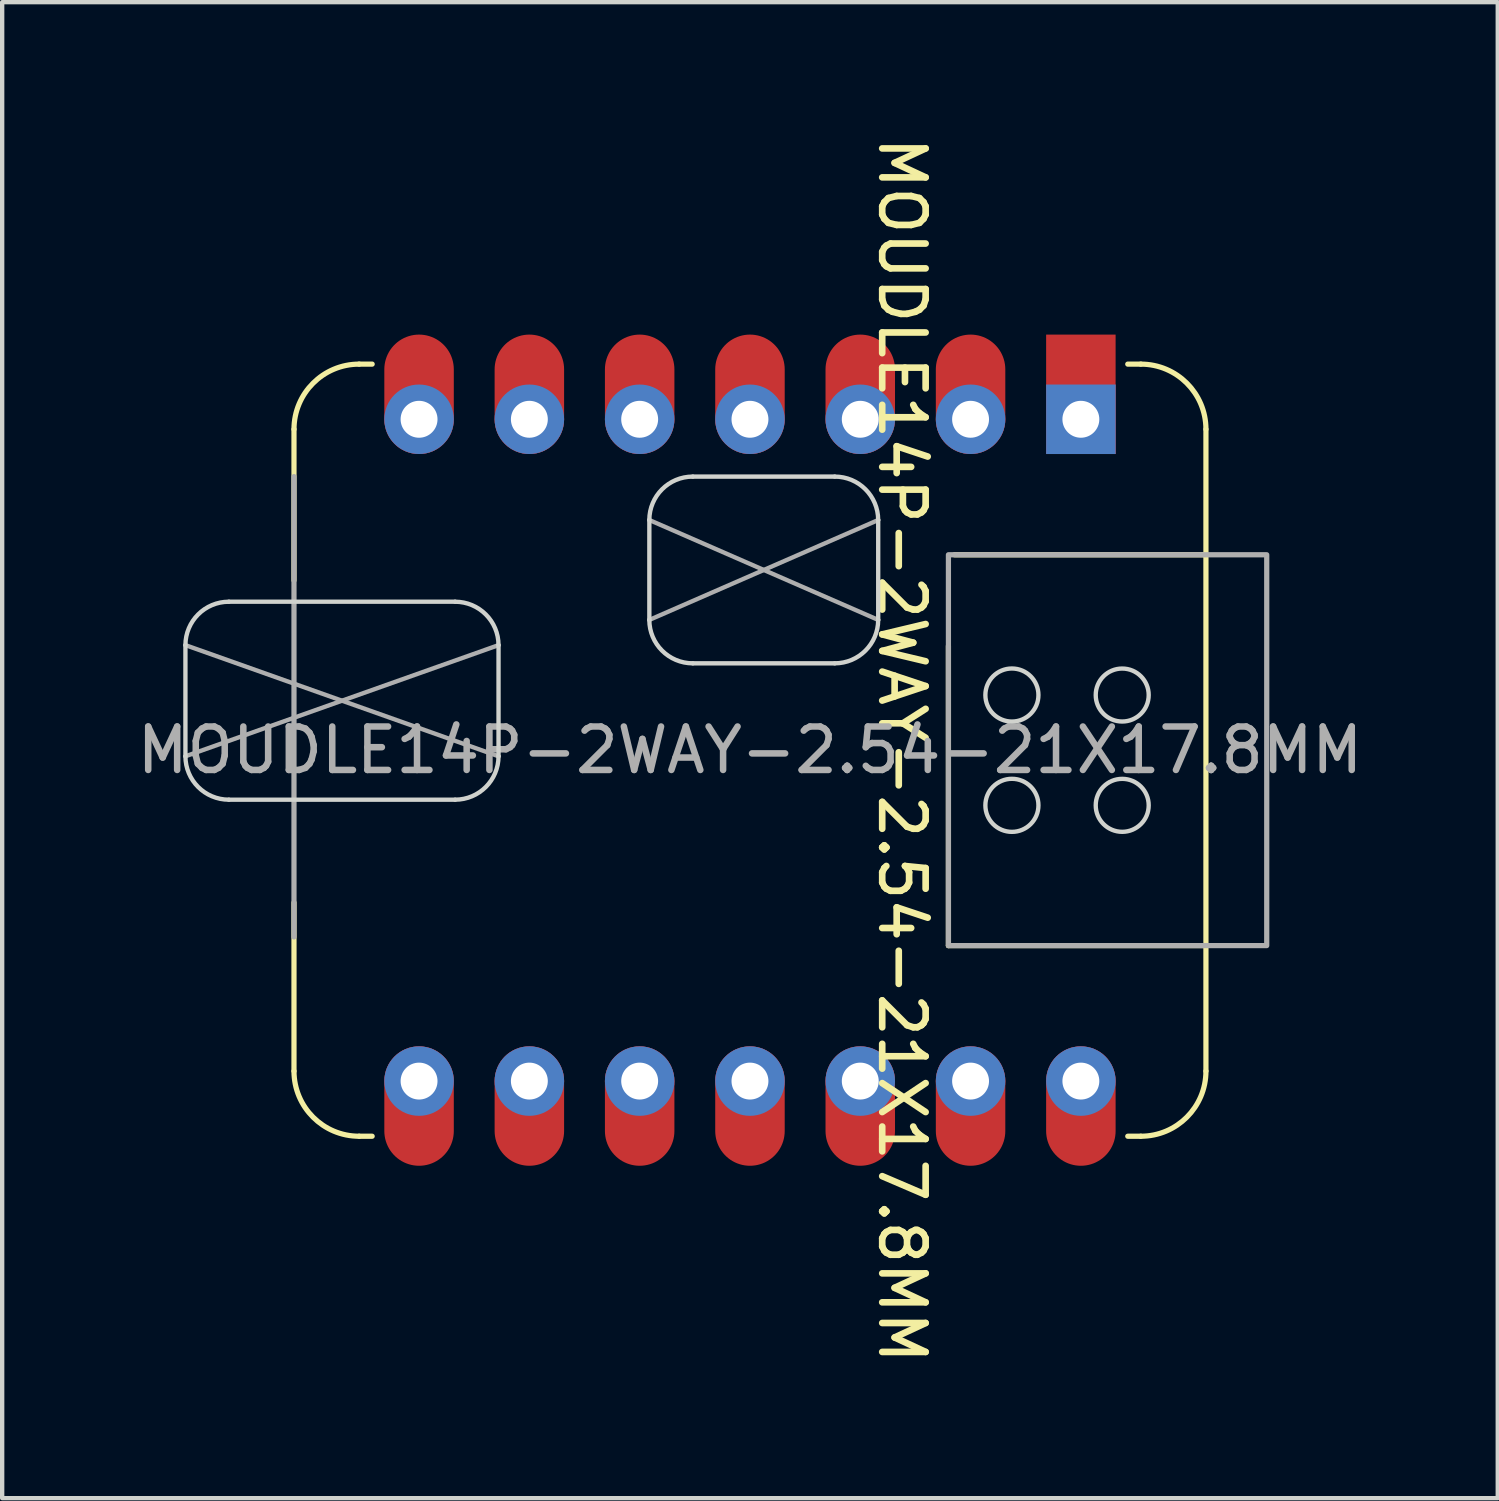
<source format=kicad_pcb>
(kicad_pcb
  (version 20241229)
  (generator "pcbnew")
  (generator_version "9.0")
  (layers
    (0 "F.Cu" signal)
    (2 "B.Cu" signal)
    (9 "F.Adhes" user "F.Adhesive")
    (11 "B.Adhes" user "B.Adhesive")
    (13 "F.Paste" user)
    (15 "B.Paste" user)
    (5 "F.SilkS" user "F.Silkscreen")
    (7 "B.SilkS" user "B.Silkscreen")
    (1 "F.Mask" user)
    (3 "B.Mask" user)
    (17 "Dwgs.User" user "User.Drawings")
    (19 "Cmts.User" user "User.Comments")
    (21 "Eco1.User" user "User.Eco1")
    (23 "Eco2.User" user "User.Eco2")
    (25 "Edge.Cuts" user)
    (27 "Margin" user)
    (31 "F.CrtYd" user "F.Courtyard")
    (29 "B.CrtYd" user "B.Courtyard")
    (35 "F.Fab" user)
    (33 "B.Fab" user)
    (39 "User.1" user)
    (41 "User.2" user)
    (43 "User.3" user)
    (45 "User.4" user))
  (footprint "MOUDLE14P-2WAY-2.54-21X17.8MM"
    (layer "F.Cu")
    (at 14.22 14.225)
    (property "Reference" "MOUDLE14P-2WAY-2.54-21X17.8MM" (at 3.5 0 270) (unlocked yes) (layer "F.SilkS") (effects (font (size 1 1) (thickness 0.153))))
    (attr through_hole)
    (fp_line (start -10.5 -7.39) (end -10.5 -3.91) (stroke (width 0.12) (type default)) (layer "F.SilkS"))
    (fp_line (start -10.5 7.39) (end -10.5 3.51) (stroke (width 0.12) (type default)) (layer "F.SilkS"))
    (fp_line (start -8.7 -8.89) (end -9 -8.89) (stroke (width 0.12) (type default)) (layer "F.SilkS"))
    (fp_line (start -8.7 8.89) (end -9 8.89) (stroke (width 0.12) (type default)) (layer "F.SilkS"))
    (fp_line (start 4.57 -2.4) (end 4.57 4.5) (stroke (width 0.12) (type default)) (layer "F.SilkS"))
    (fp_line (start 8.7 -8.89) (end 9 -8.89) (stroke (width 0.12) (type default)) (layer "F.SilkS"))
    (fp_line (start 8.7 8.89) (end 9 8.89) (stroke (width 0.12) (type default)) (layer "F.SilkS"))
    (fp_line (start 10.5 -4.5) (end 4.71 -4.5) (stroke (width 0.12) (type default)) (layer "F.SilkS"))
    (fp_line (start 10.5 4.5) (end 4.57 4.5) (stroke (width 0.12) (type default)) (layer "F.SilkS"))
    (fp_line (start 10.5 7.39) (end 10.5 -7.39) (stroke (width 0.12) (type default)) (layer "F.SilkS"))
    (fp_arc (start -10.5 -7.39) (mid -10.06066 -8.45066) (end -9 -8.89) (stroke (width 0.12) (type default)) (layer "F.SilkS"))
    (fp_arc (start -9 8.89) (mid -10.06066 8.45066) (end -10.5 7.39) (stroke (width 0.12) (type default)) (layer "F.SilkS"))
    (fp_arc (start 9 -8.89) (mid 10.06066 -8.45066) (end 10.5 -7.39) (stroke (width 0.12) (type default)) (layer "F.SilkS"))
    (fp_arc (start 10.5 7.39) (mid 10.06066 8.45066) (end 9 8.89) (stroke (width 0.12) (type default)) (layer "F.SilkS"))
    (fp_line (start -13 -2.419) (end -13 0.14) (stroke (width 0.1) (type default)) (layer "Edge.Cuts"))
    (fp_line (start -12 -3.419) (end -6.79 -3.419) (stroke (width 0.1) (type default)) (layer "Edge.Cuts"))
    (fp_line (start -12 1.14) (end -6.79 1.14) (stroke (width 0.1) (type default)) (layer "Edge.Cuts"))
    (fp_line (start -5.79 0.14) (end -5.79 -2.419) (stroke (width 0.1) (type default)) (layer "Edge.Cuts"))
    (fp_line (start -2.317 -5.3) (end -2.317 -3) (stroke (width 0.1) (type default)) (layer "Edge.Cuts"))
    (fp_line (start -1.317 -6.3) (end 1.952 -6.3) (stroke (width 0.1) (type default)) (layer "Edge.Cuts"))
    (fp_line (start -1.317 -2) (end 1.952 -2) (stroke (width 0.1) (type default)) (layer "Edge.Cuts"))
    (fp_line (start 2.953 -5.3) (end 2.953 -3) (stroke (width 0.1) (type default)) (layer "Edge.Cuts"))
    (fp_arc (start -13 -2.41859) (mid -12.707107 -3.125697) (end -12 -3.41859) (stroke (width 0.1) (type default)) (layer "Edge.Cuts"))
    (fp_arc (start -12 1.14021) (mid -12.707107 0.847317) (end -13 0.14021) (stroke (width 0.1) (type default)) (layer "Edge.Cuts"))
    (fp_arc (start -6.79018 -3.41859) (mid -6.083073 -3.125697) (end -5.79018 -2.41859) (stroke (width 0.1) (type default)) (layer "Edge.Cuts"))
    (fp_arc (start -5.79018 0.14021) (mid -6.083074 0.847316) (end -6.79018 1.14021) (stroke (width 0.1) (type default)) (layer "Edge.Cuts"))
    (fp_arc (start -2.3175 -5.3) (mid -2.024607 -6.007107) (end -1.3175 -6.3) (stroke (width 0.1) (type default)) (layer "Edge.Cuts"))
    (fp_arc (start -1.3175 -2) (mid -2.024607 -2.292893) (end -2.3175 -3) (stroke (width 0.1) (type default)) (layer "Edge.Cuts"))
    (fp_arc (start 1.9525 -6.3) (mid 2.659607 -6.007107) (end 2.9525 -5.3) (stroke (width 0.1) (type default)) (layer "Edge.Cuts"))
    (fp_arc (start 2.9525 -3) (mid 2.659607 -2.292893) (end 1.9525 -2) (stroke (width 0.1) (type default)) (layer "Edge.Cuts"))
    (fp_circle (center 6.032 -1.27) (end 6.643 -1.27) (stroke (width 0.1) (type default)) (fill no) (layer "Edge.Cuts"))
    (fp_circle (center 6.032 1.27) (end 6.643 1.27) (stroke (width 0.1) (type default)) (fill no) (layer "Edge.Cuts"))
    (fp_circle (center 8.572 -1.27) (end 9.182 -1.27) (stroke (width 0.1) (type default)) (fill no) (layer "Edge.Cuts"))
    (fp_circle (center 8.572 1.27) (end 9.182 1.27) (stroke (width 0.1) (type default)) (fill no) (layer "Edge.Cuts"))
    (fp_line (start -13 -2.419) (end -5.79 0.14) (stroke (width 0.1) (type default)) (layer "F.Fab"))
    (fp_line (start -13 0.14) (end -5.79 -2.419) (stroke (width 0.1) (type default)) (layer "F.Fab"))
    (fp_line (start -10.5 -6.3) (end -10.5 4.3) (stroke (width 0.12) (type default)) (layer "F.Fab"))
    (fp_line (start -2.317 -5.3) (end 2.953 -3) (stroke (width 0.1) (type default)) (layer "F.Fab"))
    (fp_line (start -2.317 -3) (end 2.953 -5.3) (stroke (width 0.1) (type default)) (layer "F.Fab"))
    (fp_rect (start 4.57 -4.5) (end 11.9 4.5) (stroke (width 0.12) (type solid)) (fill no) (layer "F.Fab"))
    (fp_text user "${REFERENCE}" (at 0 0 0) (unlocked yes) (layer "F.Fab") (effects (font (size 1 1) (thickness 0.15))))
    (pad "1" thru_hole rect (at 7.62 -7.62) (size 1.6 1.6) (drill 0.85) (layers "*.Cu" "*.Mask"))
    (pad "1" smd rect (at 7.62 -7.62) (size 1.6 2.75) (drill (offset 0 -0.575)) (layers "F.Cu" "F.Mask" "F.Paste"))
    (pad "2" thru_hole circle (at 5.08 -7.62) (size 1.6 1.6) (drill 0.85) (layers "*.Cu" "*.Mask"))
    (pad "2" smd oval (at 5.08 -7.62) (size 1.6 2.75) (drill (offset 0 -0.575)) (layers "F.Cu" "F.Mask" "F.Paste"))
    (pad "3" thru_hole circle (at 2.54 -7.62) (size 1.6 1.6) (drill 0.85) (layers "*.Cu" "*.Mask"))
    (pad "3" smd oval (at 2.54 -7.62) (size 1.6 2.75) (drill (offset 0 -0.575)) (layers "F.Cu" "F.Mask" "F.Paste"))
    (pad "4" thru_hole circle (at 0 -7.62) (size 1.6 1.6) (drill 0.85) (layers "*.Cu" "*.Mask"))
    (pad "4" smd oval (at 0 -7.62) (size 1.6 2.75) (drill (offset 0 -0.575)) (layers "F.Cu" "F.Mask" "F.Paste"))
    (pad "5" thru_hole circle (at -2.54 -7.62) (size 1.6 1.6) (drill 0.85) (layers "*.Cu" "*.Mask"))
    (pad "5" smd oval (at -2.54 -7.62) (size 1.6 2.75) (drill (offset 0 -0.575)) (layers "F.Cu" "F.Mask" "F.Paste"))
    (pad "6" thru_hole circle (at -5.08 -7.62) (size 1.6 1.6) (drill 0.85) (layers "*.Cu" "*.Mask"))
    (pad "6" smd oval (at -5.08 -7.62) (size 1.6 2.75) (drill (offset 0 -0.575)) (layers "F.Cu" "F.Mask" "F.Paste"))
    (pad "7" thru_hole circle (at -7.62 -7.62) (size 1.6 1.6) (drill 0.85) (layers "*.Cu" "*.Mask"))
    (pad "7" smd oval (at -7.62 -7.62) (size 1.6 2.75) (drill (offset 0 -0.575)) (layers "F.Cu" "F.Mask" "F.Paste"))
    (pad "8" thru_hole circle (at -7.62 7.62) (size 1.6 1.6) (drill 0.85) (layers "*.Cu" "*.Mask"))
    (pad "8" smd oval (at -7.62 7.62) (size 1.6 2.75) (drill (offset 0 0.575)) (layers "F.Cu" "F.Mask" "F.Paste"))
    (pad "9" thru_hole circle (at -5.08 7.62) (size 1.6 1.6) (drill 0.85) (layers "*.Cu" "*.Mask"))
    (pad "9" smd oval (at -5.08 7.62) (size 1.6 2.75) (drill (offset 0 0.575)) (layers "F.Cu" "F.Mask" "F.Paste"))
    (pad "10" thru_hole circle (at -2.54 7.62) (size 1.6 1.6) (drill 0.85) (layers "*.Cu" "*.Mask"))
    (pad "10" smd oval (at -2.54 7.62) (size 1.6 2.75) (drill (offset 0 0.575)) (layers "F.Cu" "F.Mask" "F.Paste"))
    (pad "11" thru_hole circle (at 0 7.62) (size 1.6 1.6) (drill 0.85) (layers "*.Cu" "*.Mask"))
    (pad "11" smd oval (at 0 7.62) (size 1.6 2.75) (drill (offset 0 0.575)) (layers "F.Cu" "F.Mask" "F.Paste"))
    (pad "12" thru_hole circle (at 2.54 7.62) (size 1.6 1.6) (drill 0.85) (layers "*.Cu" "*.Mask"))
    (pad "12" smd oval (at 2.54 7.62) (size 1.6 2.75) (drill (offset 0 0.575)) (layers "F.Cu" "F.Mask" "F.Paste"))
    (pad "13" thru_hole circle (at 5.08 7.62) (size 1.6 1.6) (drill 0.85) (layers "*.Cu" "*.Mask"))
    (pad "13" smd oval (at 5.08 7.62) (size 1.6 2.75) (drill (offset 0 0.575)) (layers "F.Cu" "F.Mask" "F.Paste"))
    (pad "14" thru_hole circle (at 7.62 7.62) (size 1.6 1.6) (drill 0.85) (layers "*.Cu" "*.Mask"))
    (pad "14" smd oval (at 7.62 7.62) (size 1.6 2.75) (drill (offset 0 0.575)) (layers "F.Cu" "F.Mask" "F.Paste")))
  (gr_rect
    (start -3 -3)
    (end 31.44 31.449)
    (stroke (width 0.1) (type default))
    (fill no)
    (layer "Edge.Cuts")))
</source>
